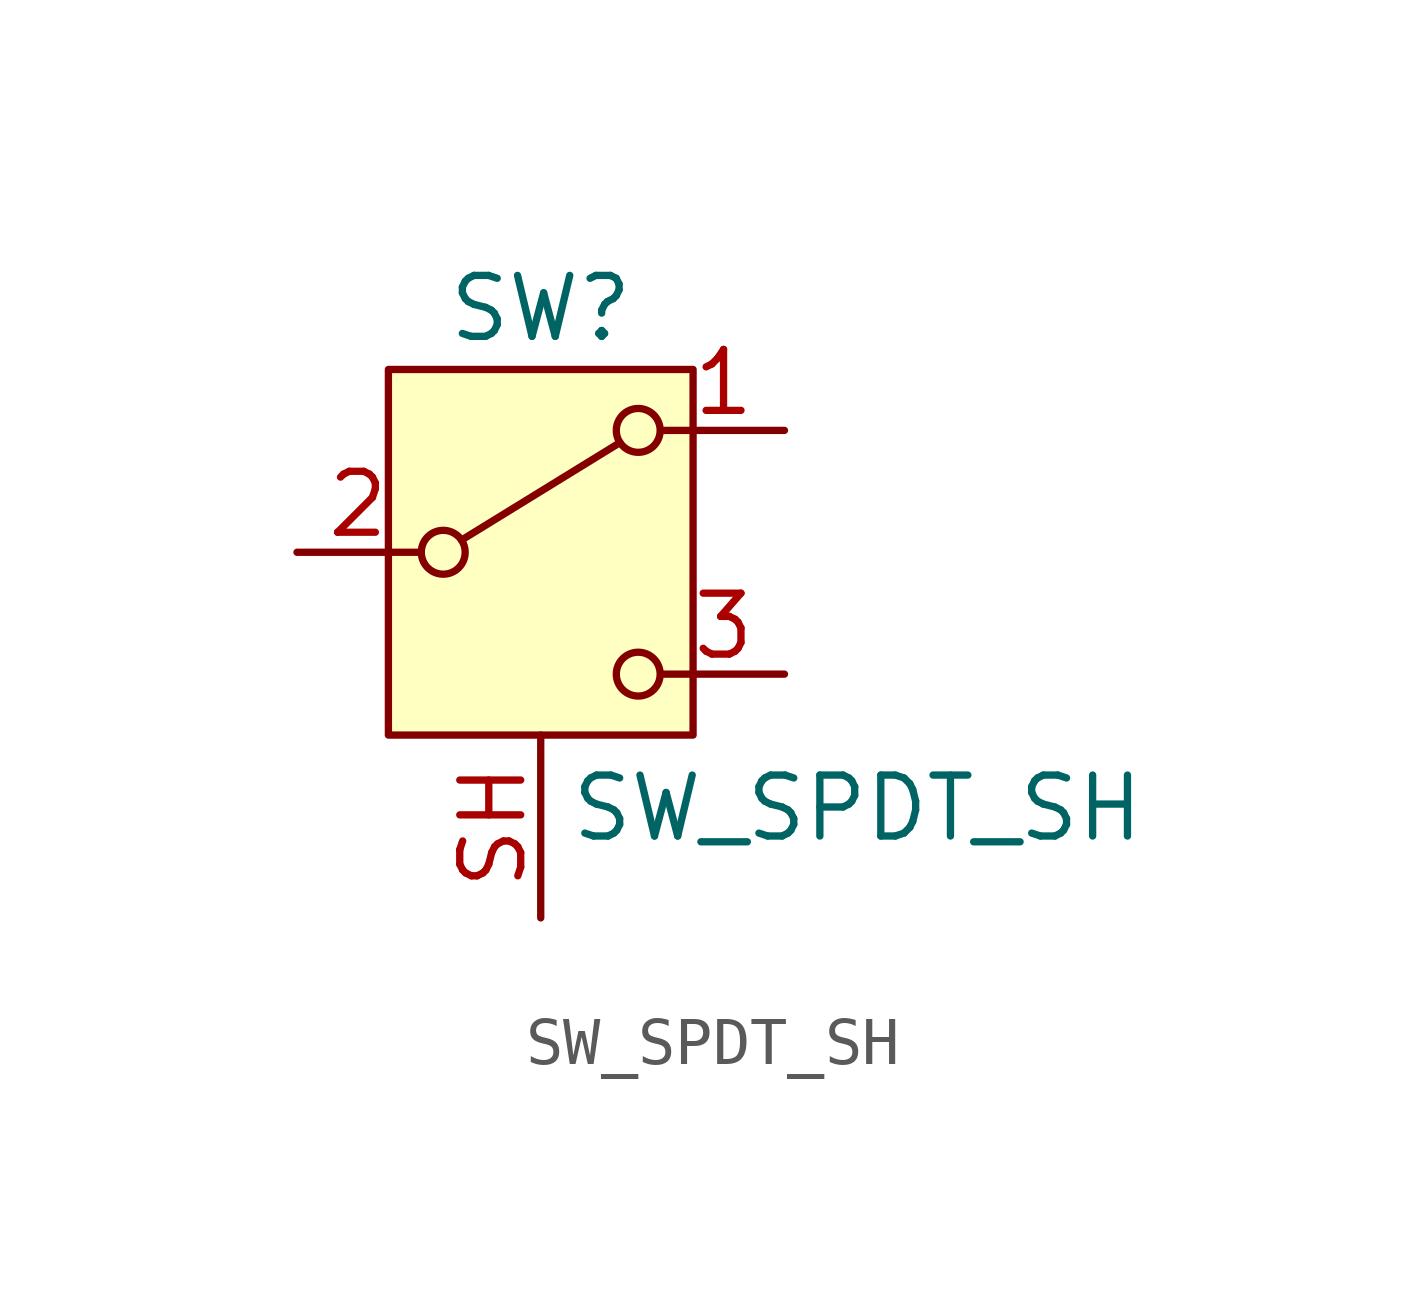
<source format=kicad_sym>
(kicad_symbol_lib
  (version 20241209)
  (generator "kicad_symbol_editor")
  (generator_version "9.0")
  (symbol "SW_SPDT_SH"
    (pin_names
      (offset 0)
      (hide yes))
    (property "Reference" "SW"
      (at 0 5.08 0)
      (effects (font (size 1.27 1.27))))
    (property "Value" "SW_SPDT_SH"
      (at 6.604 -5.334 0)
      (effects (font (size 1.27 1.27))))
    (symbol "SW_SPDT_SH_0_1"
      (circle (center -2.032 0) (radius 0.457) (stroke (width 0) (type default)) (fill (type none)))
      (polyline (pts (xy -1.651 0.254) (xy 1.651 2.286)) (stroke (width 0) (type default)) (fill (type none)))
      (circle (center 2.032 2.54) (radius 0.457) (stroke (width 0) (type default)) (fill (type none)))
      (circle (center 2.032 -2.54) (radius 0.457) (stroke (width 0) (type default)) (fill (type none))))
    (symbol "SW_SPDT_SH_1_1"
      (rectangle (start -3.175 3.81) (end 3.175 -3.81) (stroke (width 0) (type default)) (fill (type background)))
      (pin passive line (at -5.08 0 0) (length 2.54) (name "B" (effects (font (size 1.27 1.27)))) (number "2" (effects (font (size 1.27 1.27)))))
      (pin passive line (at 0 -7.62 90) (length 3.81) (name "Shield" (effects (font (size 1.27 1.27)))) (number "SH" (effects (font (size 1.27 1.27)))))
      (pin passive line (at 5.08 2.54 180) (length 2.54) (name "A" (effects (font (size 1.27 1.27)))) (number "1" (effects (font (size 1.27 1.27)))))
      (pin passive line (at 5.08 -2.54 180) (length 2.54) (name "C" (effects (font (size 1.27 1.27)))) (number "3" (effects (font (size 1.27 1.27))))))))
</source>
